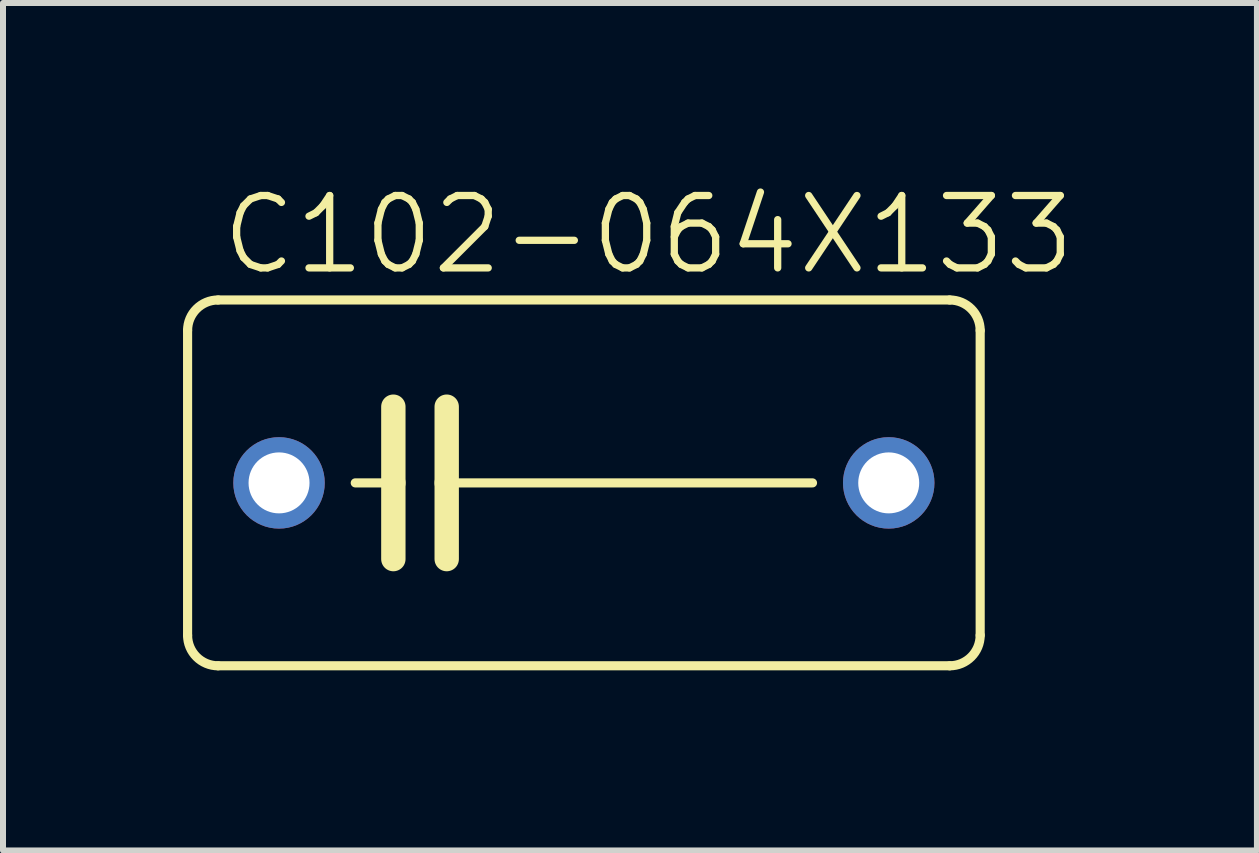
<source format=kicad_pcb>
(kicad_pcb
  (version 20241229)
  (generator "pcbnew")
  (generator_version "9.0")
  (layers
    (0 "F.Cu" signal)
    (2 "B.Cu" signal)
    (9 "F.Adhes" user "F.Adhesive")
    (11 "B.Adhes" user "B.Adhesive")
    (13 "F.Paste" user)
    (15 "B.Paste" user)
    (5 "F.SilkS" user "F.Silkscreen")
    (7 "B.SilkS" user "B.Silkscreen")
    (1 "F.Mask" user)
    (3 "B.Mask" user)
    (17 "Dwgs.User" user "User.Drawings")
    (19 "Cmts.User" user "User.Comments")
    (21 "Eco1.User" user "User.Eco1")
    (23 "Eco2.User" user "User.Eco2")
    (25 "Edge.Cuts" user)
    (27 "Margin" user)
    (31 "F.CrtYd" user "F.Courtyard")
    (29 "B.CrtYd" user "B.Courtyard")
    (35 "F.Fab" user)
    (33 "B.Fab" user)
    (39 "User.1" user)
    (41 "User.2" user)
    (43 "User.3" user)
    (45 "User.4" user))
  (footprint "C102-064X133"
    (layer "F.Cu")
    (at 6.68 4.997)
    (property "Reference" "C102-064X133" (at -6.096 -3.429 0) (layer "F.SilkS") (effects (font (size 1.206 1.206) (thickness 0.121)) (justify left bottom)))
    (attr through_hole)
    (fp_line (start -6.604 2.54) (end -6.604 -2.54) (stroke (width 0.152) (type solid)) (layer "F.SilkS"))
    (fp_line (start -6.096 -3.048) (end 6.096 -3.048) (stroke (width 0.152) (type solid)) (layer "F.SilkS"))
    (fp_line (start -3.81 0) (end -3.175 0) (stroke (width 0.152) (type solid)) (layer "F.SilkS"))
    (fp_line (start -3.175 -1.27) (end -3.175 0) (stroke (width 0.406) (type solid)) (layer "F.SilkS"))
    (fp_line (start -3.175 0) (end -3.175 1.27) (stroke (width 0.406) (type solid)) (layer "F.SilkS"))
    (fp_line (start -2.286 -1.27) (end -2.286 0) (stroke (width 0.406) (type solid)) (layer "F.SilkS"))
    (fp_line (start -2.286 0) (end -2.286 1.27) (stroke (width 0.406) (type solid)) (layer "F.SilkS"))
    (fp_line (start 3.81 0) (end -2.286 0) (stroke (width 0.152) (type solid)) (layer "F.SilkS"))
    (fp_line (start 6.096 3.048) (end -6.096 3.048) (stroke (width 0.152) (type solid)) (layer "F.SilkS"))
    (fp_line (start 6.604 -2.54) (end 6.604 2.54) (stroke (width 0.152) (type solid)) (layer "F.SilkS"))
    (fp_arc (start -6.604 -2.54) (mid -6.45521 -2.89921) (end -6.096 -3.048) (stroke (width 0.1524) (type solid)) (layer "F.SilkS"))
    (fp_arc (start -6.096 3.048) (mid -6.45521 2.89921) (end -6.604 2.54) (stroke (width 0.1524) (type solid)) (layer "F.SilkS"))
    (fp_arc (start 6.096 -3.048) (mid 6.45521 -2.89921) (end 6.604 -2.54) (stroke (width 0.1524) (type solid)) (layer "F.SilkS"))
    (fp_arc (start 6.604 2.54) (mid 6.45521 2.89921) (end 6.096 3.048) (stroke (width 0.1524) (type solid)) (layer "F.SilkS"))
    (pad "1" thru_hole circle (at -5.08 0) (size 1.524 1.524) (drill 1.016) (layers "*.Cu" "*.Mask"))
    (pad "2" thru_hole circle (at 5.08 0) (size 1.524 1.524) (drill 1.016) (layers "*.Cu" "*.Mask")))
  (gr_rect
    (start -3 -3)
    (end 17.896 11.122)
    (stroke (width 0.1) (type default))
    (fill no)
    (layer "Edge.Cuts")))
</source>
